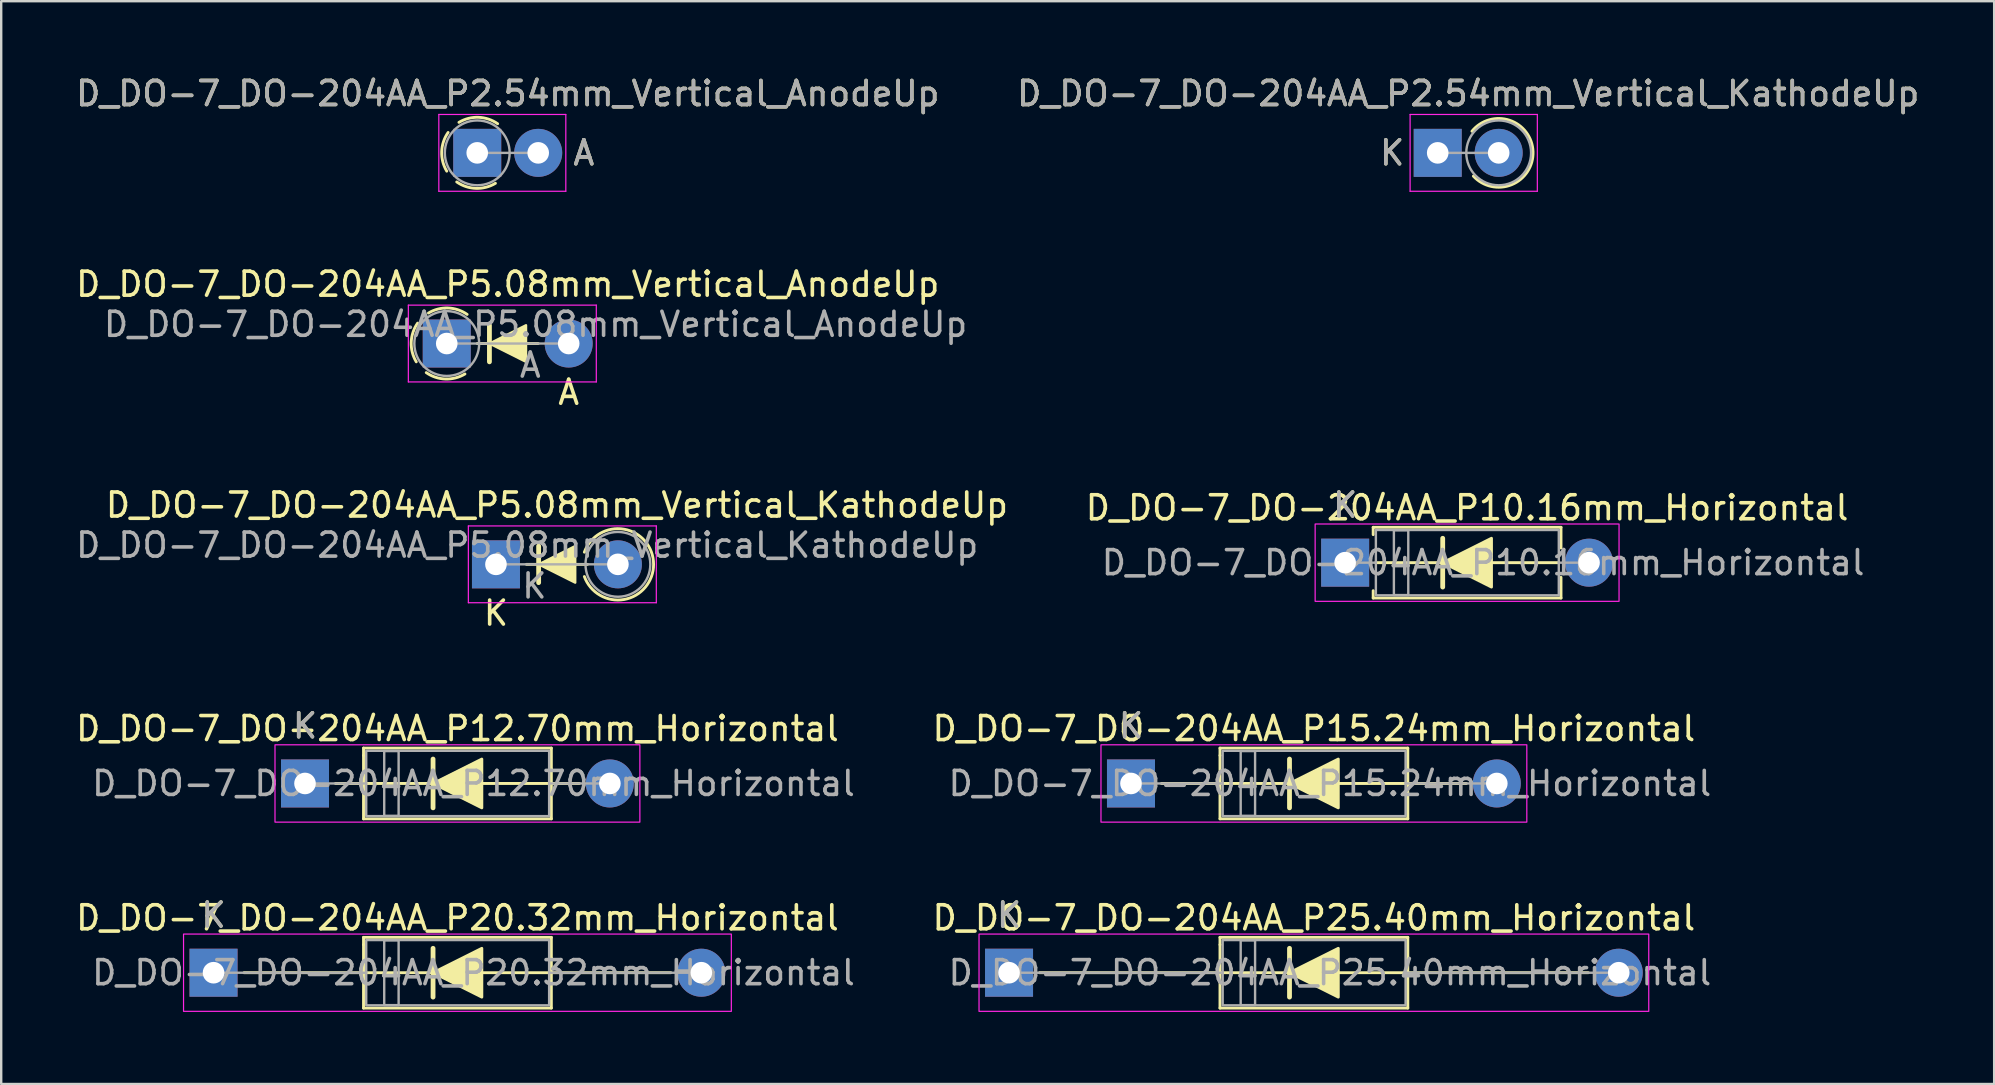
<source format=kicad_pcb>
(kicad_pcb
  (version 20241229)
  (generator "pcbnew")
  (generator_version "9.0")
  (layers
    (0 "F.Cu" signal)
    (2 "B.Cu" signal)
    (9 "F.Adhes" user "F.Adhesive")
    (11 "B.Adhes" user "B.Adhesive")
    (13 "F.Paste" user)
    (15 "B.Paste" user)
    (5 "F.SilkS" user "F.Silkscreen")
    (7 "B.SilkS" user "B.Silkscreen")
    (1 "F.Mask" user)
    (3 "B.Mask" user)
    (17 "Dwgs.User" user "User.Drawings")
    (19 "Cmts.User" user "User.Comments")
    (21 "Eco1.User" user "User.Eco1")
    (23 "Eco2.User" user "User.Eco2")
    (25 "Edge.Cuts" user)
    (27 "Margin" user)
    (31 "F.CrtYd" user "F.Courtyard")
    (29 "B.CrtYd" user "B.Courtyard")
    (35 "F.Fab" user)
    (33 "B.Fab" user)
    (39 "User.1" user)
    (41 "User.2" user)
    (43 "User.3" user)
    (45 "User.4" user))
  (footprint "D_DO-7_DO-204AA_P12.70mm_Horizontal"
    (layer "F.Cu")
    (at 9.656 29.588)
    (property "Reference" "D_DO-7_DO-204AA_P12.70mm_Horizontal" (at 6.35 -2.286 0) (layer "F.SilkS") (effects (font (size 1 1) (thickness 0.15))))
    (fp_line (start 1.27 0) (end 11.43 0) (stroke (width 0.12) (type default)) (layer "F.SilkS"))
    (fp_line (start 2.438 -1.473) (end 2.438 -1.168) (stroke (width 0.12) (type default)) (layer "F.SilkS"))
    (fp_line (start 2.438 -1.473) (end 10.262 -1.473) (stroke (width 0.12) (type default)) (layer "F.SilkS"))
    (fp_line (start 2.438 -1.168) (end 2.438 1.473) (stroke (width 0.12) (type default)) (layer "F.SilkS"))
    (fp_line (start 2.438 1.473) (end 10.262 1.473) (stroke (width 0.12) (type default)) (layer "F.SilkS"))
    (fp_line (start 5.334 -1.016) (end 5.334 1.016) (stroke (width 0.2) (type default)) (layer "F.SilkS"))
    (fp_line (start 10.262 -1.473) (end 10.262 -0.61) (stroke (width 0.12) (type default)) (layer "F.SilkS"))
    (fp_line (start 10.262 -0.61) (end 10.262 1.473) (stroke (width 0.12) (type default)) (layer "F.SilkS"))
    (fp_poly (pts (xy 7.366 1.016) (xy 5.334 0) (xy 7.366 -1.016)) (stroke (width 0.12) (type solid)) (fill yes) (layer "F.SilkS"))
    (fp_rect (start -1.25 -1.61) (end 13.95 1.61) (stroke (width 0.05) (type default)) (fill no) (layer "F.CrtYd"))
    (fp_line (start 0 0) (end 2.55 0) (stroke (width 0.1) (type solid)) (layer "F.Fab"))
    (fp_line (start 12.7 0) (end 10.17 0) (stroke (width 0.1) (type solid)) (layer "F.Fab"))
    (fp_rect (start 2.55 -1.36) (end 10.17 1.36) (stroke (width 0.1) (type default)) (fill no) (layer "F.Fab"))
    (fp_rect (start 3.3 -1.35) (end 3.9 1.35) (stroke (width 0.1) (type solid)) (fill no) (layer "F.Fab"))
    (fp_text user "K" (at 0 -2.4 0) (layer "F.SilkS") (effects (font (size 1 1) (thickness 0.15))))
    (fp_text user "K" (at 0 -2.4 0) (layer "F.Fab") (effects (font (size 1 1) (thickness 0.15))))
    (fp_text user "${REFERENCE}" (at 7.018 0 0) (layer "F.Fab") (effects (font (size 1 1) (thickness 0.15))))
    (pad "1" thru_hole rect (at 0 0) (size 2 2) (drill 0.9) (layers "*.Cu" "*.Mask"))
    (pad "2" thru_hole oval (at 12.7 0) (size 2 2) (drill 0.9) (layers "*.Cu" "*.Mask")))
  (footprint "D_DO-7_DO-204AA_P25.40mm_Horizontal"
    (layer "F.Cu")
    (at 38.985 37.472)
    (property "Reference" "D_DO-7_DO-204AA_P25.40mm_Horizontal" (at 12.7 -2.286 0) (layer "F.SilkS") (effects (font (size 1 1) (thickness 0.15))))
    (fp_line (start 1.27 0) (end 24.13 0) (stroke (width 0.12) (type default)) (layer "F.SilkS"))
    (fp_line (start 8.788 -1.473) (end 8.788 -1.168) (stroke (width 0.12) (type default)) (layer "F.SilkS"))
    (fp_line (start 8.788 -1.473) (end 16.612 -1.473) (stroke (width 0.12) (type default)) (layer "F.SilkS"))
    (fp_line (start 8.788 -1.168) (end 8.788 1.473) (stroke (width 0.12) (type default)) (layer "F.SilkS"))
    (fp_line (start 8.788 1.473) (end 16.612 1.473) (stroke (width 0.12) (type default)) (layer "F.SilkS"))
    (fp_line (start 11.684 -1.016) (end 11.684 1.016) (stroke (width 0.2) (type default)) (layer "F.SilkS"))
    (fp_line (start 16.612 -1.473) (end 16.612 -0.61) (stroke (width 0.12) (type default)) (layer "F.SilkS"))
    (fp_line (start 16.612 -0.61) (end 16.612 1.473) (stroke (width 0.12) (type default)) (layer "F.SilkS"))
    (fp_poly (pts (xy 13.716 1.016) (xy 11.684 0) (xy 13.716 -1.016)) (stroke (width 0.12) (type solid)) (fill yes) (layer "F.SilkS"))
    (fp_rect (start -1.25 -1.61) (end 26.65 1.61) (stroke (width 0.05) (type default)) (fill no) (layer "F.CrtYd"))
    (fp_line (start 0 0) (end 8.9 0) (stroke (width 0.1) (type solid)) (layer "F.Fab"))
    (fp_line (start 25.4 0) (end 16.52 0) (stroke (width 0.1) (type solid)) (layer "F.Fab"))
    (fp_rect (start 8.9 -1.36) (end 16.52 1.36) (stroke (width 0.1) (type default)) (fill no) (layer "F.Fab"))
    (fp_rect (start 9.65 -1.35) (end 10.25 1.35) (stroke (width 0.1) (type solid)) (fill no) (layer "F.Fab"))
    (fp_text user "K" (at 0 -2.4 0) (layer "F.SilkS") (effects (font (size 1 1) (thickness 0.15))))
    (fp_text user "${REFERENCE}" (at 13.367 0 0) (layer "F.Fab") (effects (font (size 1 1) (thickness 0.15))))
    (fp_text user "K" (at 0 -2.4 0) (layer "F.Fab") (effects (font (size 1 1) (thickness 0.15))))
    (pad "1" thru_hole rect (at 0 0) (size 2 2) (drill 0.9) (layers "*.Cu" "*.Mask"))
    (pad "2" thru_hole oval (at 25.4 0) (size 2 2) (drill 0.9) (layers "*.Cu" "*.Mask")))
  (footprint "D_DO-7_DO-204AA_P5.08mm_Vertical_KathodeUp"
    (layer "F.Cu")
    (at 17.611 20.46)
    (property "Reference" "D_DO-7_DO-204AA_P5.08mm_Vertical_KathodeUp" (at 2.54 -2.47 0) (layer "F.SilkS") (effects (font (size 1 1) (thickness 0.15))))
    (attr through_hole)
    (fp_line (start 1.27 0) (end 3.81 0) (stroke (width 0.12) (type solid)) (layer "F.SilkS"))
    (fp_line (start 1.778 -0.762) (end 1.778 0.762) (stroke (width 0.2) (type solid)) (layer "F.SilkS"))
    (fp_arc (start 3.683 -0.507999) (mid 6.566495 0.000001) (end 3.683 0.508) (stroke (width 0.12) (type solid)) (layer "F.SilkS"))
    (fp_poly (pts (xy 3.302 0.762) (xy 1.778 0) (xy 3.302 -0.762)) (stroke (width 0.1) (type solid)) (fill yes) (layer "F.SilkS"))
    (fp_line (start -1.15 -1.6) (end -1.15 1.6) (stroke (width 0.05) (type solid)) (layer "F.CrtYd"))
    (fp_line (start -1.15 1.6) (end 6.68 1.6) (stroke (width 0.05) (type solid)) (layer "F.CrtYd"))
    (fp_line (start 6.68 -1.6) (end -1.15 -1.6) (stroke (width 0.05) (type solid)) (layer "F.CrtYd"))
    (fp_line (start 6.68 1.6) (end 6.68 -1.6) (stroke (width 0.05) (type solid)) (layer "F.CrtYd"))
    (fp_line (start 0 0) (end 5.08 0) (stroke (width 0.1) (type solid)) (layer "F.Fab"))
    (fp_circle (center 5.08 0) (end 6.43 0) (stroke (width 0.1) (type solid)) (fill no) (layer "F.Fab"))
    (fp_text user "K" (at 0 2.032 0) (layer "F.SilkS") (effects (font (size 1 1) (thickness 0.15))))
    (fp_text user "K" (at 1.6 0.9 0) (layer "F.Fab") (effects (font (size 1 1) (thickness 0.15))))
    (fp_text user "${REFERENCE}" (at 1.3 -0.8 0) (layer "F.Fab") (effects (font (size 1 1) (thickness 0.15))))
    (pad "1" thru_hole rect (at 0 0) (size 2 2) (drill 0.9) (layers "*.Cu" "*.Mask"))
    (pad "2" thru_hole oval (at 5.08 0) (size 2 2) (drill 0.9) (layers "*.Cu" "*.Mask")))
  (footprint "D_DO-7_DO-204AA_P2.54mm_Vertical_KathodeUp"
    (layer "F.Cu")
    (at 56.843 3.318)
    (property "Reference" "D_DO-7_DO-204AA_P2.54mm_Vertical_KathodeUp" (at 1.27 -2.47 0) (layer "F.SilkS") (effects (font (size 1 1) (thickness 0.15))))
    (attr through_hole)
    (fp_arc (start 1.426761 -0.9) (mid 3.970816 -0.045469) (end 1.48615 0.968866) (stroke (width 0.12) (type solid)) (layer "F.SilkS"))
    (fp_line (start -1.15 -1.6) (end -1.15 1.6) (stroke (width 0.05) (type solid)) (layer "F.CrtYd"))
    (fp_line (start -1.15 1.6) (end 4.15 1.6) (stroke (width 0.05) (type solid)) (layer "F.CrtYd"))
    (fp_line (start 4.15 -1.6) (end -1.15 -1.6) (stroke (width 0.05) (type solid)) (layer "F.CrtYd"))
    (fp_line (start 4.15 1.6) (end 4.15 -1.6) (stroke (width 0.05) (type solid)) (layer "F.CrtYd"))
    (fp_line (start 0 0) (end 2.54 0) (stroke (width 0.1) (type solid)) (layer "F.Fab"))
    (fp_circle (center 2.54 0) (end 3.89 0) (stroke (width 0.1) (type solid)) (fill no) (layer "F.Fab"))
    (fp_text user "K" (at -1.9 0 0) (layer "F.SilkS") (effects (font (size 1 1) (thickness 0.15))))
    (fp_text user "${REFERENCE}" (at 1.27 -2.47 0) (layer "F.Fab") (effects (font (size 1 1) (thickness 0.15))))
    (fp_text user "K" (at -1.9 0 0) (layer "F.Fab") (effects (font (size 1 1) (thickness 0.15))))
    (pad "1" thru_hole rect (at 0 0) (size 2 2) (drill 0.9) (layers "*.Cu" "*.Mask"))
    (pad "2" thru_hole oval (at 2.54 0) (size 2 2) (drill 0.9) (layers "*.Cu" "*.Mask")))
  (footprint "D_DO-7_DO-204AA_P5.08mm_Vertical_AnodeUp"
    (layer "F.Cu")
    (at 15.561 11.261)
    (property "Reference" "D_DO-7_DO-204AA_P5.08mm_Vertical_AnodeUp" (at 2.54 -2.47 0) (layer "F.SilkS") (effects (font (size 1 1) (thickness 0.15))))
    (attr through_hole)
    (fp_line (start 1.27 0) (end 3.81 0) (stroke (width 0.12) (type solid)) (layer "F.SilkS"))
    (fp_line (start 1.778 -0.762) (end 1.778 0.762) (stroke (width 0.2) (type solid)) (layer "F.SilkS"))
    (fp_arc (start -1.269999 0.762) (mid -1.480146 -0.052053) (end -1.213332 -0.849333) (stroke (width 0.12) (type default)) (layer "F.SilkS"))
    (fp_arc (start -0.762 -1.269999) (mid 0.052053 -1.480146) (end 0.849333 -1.213332) (stroke (width 0.12) (type default)) (layer "F.SilkS"))
    (fp_arc (start 0.757413 1.267904) (mid -0.05664 1.478051) (end -0.85392 1.211237) (stroke (width 0.12) (type default)) (layer "F.SilkS"))
    (fp_poly (pts (xy 3.302 0.762) (xy 1.778 0) (xy 3.302 -0.762)) (stroke (width 0.1) (type solid)) (fill yes) (layer "F.SilkS"))
    (fp_line (start -1.6 -1.6) (end -1.6 1.6) (stroke (width 0.05) (type solid)) (layer "F.CrtYd"))
    (fp_line (start -1.6 1.6) (end 6.23 1.6) (stroke (width 0.05) (type solid)) (layer "F.CrtYd"))
    (fp_line (start 6.23 -1.6) (end -1.6 -1.6) (stroke (width 0.05) (type solid)) (layer "F.CrtYd"))
    (fp_line (start 6.23 1.6) (end 6.23 -1.6) (stroke (width 0.05) (type solid)) (layer "F.CrtYd"))
    (fp_line (start 0 0) (end 5.08 0) (stroke (width 0.1) (type solid)) (layer "F.Fab"))
    (fp_circle (center 0 0) (end 1.35 0) (stroke (width 0.1) (type solid)) (fill no) (layer "F.Fab"))
    (fp_text user "A" (at 5.08 2.032 0) (layer "F.SilkS") (effects (font (size 1 1) (thickness 0.15))))
    (fp_text user "A" (at 3.48 0.9 0) (layer "F.Fab") (effects (font (size 1 1) (thickness 0.15))))
    (fp_text user "${REFERENCE}" (at 3.7 -0.8 0) (layer "F.Fab") (effects (font (size 1 1) (thickness 0.15))))
    (pad "1" thru_hole rect (at 0 0) (size 2 2) (drill 0.9) (layers "*.Cu" "*.Mask"))
    (pad "2" thru_hole oval (at 5.08 0) (size 2 2) (drill 0.9) (layers "*.Cu" "*.Mask")))
  (footprint "D_DO-7_DO-204AA_P15.24mm_Horizontal"
    (layer "F.Cu")
    (at 44.065 29.588)
    (property "Reference" "D_DO-7_DO-204AA_P15.24mm_Horizontal" (at 7.62 -2.286 0) (layer "F.SilkS") (effects (font (size 1 1) (thickness 0.15))))
    (fp_line (start 1.27 0) (end 13.97 0) (stroke (width 0.12) (type default)) (layer "F.SilkS"))
    (fp_line (start 3.708 -1.473) (end 3.708 -1.168) (stroke (width 0.12) (type default)) (layer "F.SilkS"))
    (fp_line (start 3.708 -1.473) (end 11.532 -1.473) (stroke (width 0.12) (type default)) (layer "F.SilkS"))
    (fp_line (start 3.708 -1.168) (end 3.708 1.473) (stroke (width 0.12) (type default)) (layer "F.SilkS"))
    (fp_line (start 3.708 1.473) (end 11.532 1.473) (stroke (width 0.12) (type default)) (layer "F.SilkS"))
    (fp_line (start 6.604 -1.016) (end 6.604 1.016) (stroke (width 0.2) (type default)) (layer "F.SilkS"))
    (fp_line (start 11.532 -1.473) (end 11.532 -0.61) (stroke (width 0.12) (type default)) (layer "F.SilkS"))
    (fp_line (start 11.532 -0.61) (end 11.532 1.473) (stroke (width 0.12) (type default)) (layer "F.SilkS"))
    (fp_poly (pts (xy 8.636 1.016) (xy 6.604 0) (xy 8.636 -1.016)) (stroke (width 0.12) (type solid)) (fill yes) (layer "F.SilkS"))
    (fp_rect (start -1.25 -1.61) (end 16.49 1.61) (stroke (width 0.05) (type default)) (fill no) (layer "F.CrtYd"))
    (fp_line (start 0 0) (end 3.82 0) (stroke (width 0.1) (type solid)) (layer "F.Fab"))
    (fp_line (start 15.24 0) (end 11.44 0) (stroke (width 0.1) (type solid)) (layer "F.Fab"))
    (fp_rect (start 3.82 -1.36) (end 11.44 1.36) (stroke (width 0.1) (type default)) (fill no) (layer "F.Fab"))
    (fp_rect (start 4.57 -1.35) (end 5.17 1.35) (stroke (width 0.1) (type solid)) (fill no) (layer "F.Fab"))
    (fp_text user "K" (at 0 -2.4 0) (layer "F.SilkS") (effects (font (size 1 1) (thickness 0.15))))
    (fp_text user "K" (at 0 -2.4 0) (layer "F.Fab") (effects (font (size 1 1) (thickness 0.15))))
    (fp_text user "${REFERENCE}" (at 8.287 0 0) (layer "F.Fab") (effects (font (size 1 1) (thickness 0.15))))
    (pad "1" thru_hole rect (at 0 0) (size 2 2) (drill 0.9) (layers "*.Cu" "*.Mask"))
    (pad "2" thru_hole oval (at 15.24 0) (size 2 2) (drill 0.9) (layers "*.Cu" "*.Mask")))
  (footprint "D_DO-7_DO-204AA_P20.32mm_Horizontal"
    (layer "F.Cu")
    (at 5.846 37.472)
    (property "Reference" "D_DO-7_DO-204AA_P20.32mm_Horizontal" (at 10.16 -2.286 0) (layer "F.SilkS") (effects (font (size 1 1) (thickness 0.15))))
    (fp_line (start 1.27 0) (end 19.05 0) (stroke (width 0.12) (type default)) (layer "F.SilkS"))
    (fp_line (start 6.248 -1.473) (end 6.248 -1.168) (stroke (width 0.12) (type default)) (layer "F.SilkS"))
    (fp_line (start 6.248 -1.473) (end 14.072 -1.473) (stroke (width 0.12) (type default)) (layer "F.SilkS"))
    (fp_line (start 6.248 -1.168) (end 6.248 1.473) (stroke (width 0.12) (type default)) (layer "F.SilkS"))
    (fp_line (start 6.248 1.473) (end 14.072 1.473) (stroke (width 0.12) (type default)) (layer "F.SilkS"))
    (fp_line (start 9.144 -1.016) (end 9.144 1.016) (stroke (width 0.2) (type default)) (layer "F.SilkS"))
    (fp_line (start 14.072 -1.473) (end 14.072 -0.61) (stroke (width 0.12) (type default)) (layer "F.SilkS"))
    (fp_line (start 14.072 -0.61) (end 14.072 1.473) (stroke (width 0.12) (type default)) (layer "F.SilkS"))
    (fp_poly (pts (xy 11.176 1.016) (xy 9.144 0) (xy 11.176 -1.016)) (stroke (width 0.12) (type solid)) (fill yes) (layer "F.SilkS"))
    (fp_rect (start -1.25 -1.61) (end 21.57 1.61) (stroke (width 0.05) (type default)) (fill no) (layer "F.CrtYd"))
    (fp_line (start 0 0) (end 6.36 0) (stroke (width 0.1) (type solid)) (layer "F.Fab"))
    (fp_line (start 20.32 0) (end 13.98 0) (stroke (width 0.1) (type solid)) (layer "F.Fab"))
    (fp_rect (start 6.36 -1.36) (end 13.98 1.36) (stroke (width 0.1) (type default)) (fill no) (layer "F.Fab"))
    (fp_rect (start 7.11 -1.35) (end 7.71 1.35) (stroke (width 0.1) (type solid)) (fill no) (layer "F.Fab"))
    (fp_text user "K" (at 0 -2.4 0) (layer "F.SilkS") (effects (font (size 1 1) (thickness 0.15))))
    (fp_text user "K" (at 0 -2.4 0) (layer "F.Fab") (effects (font (size 1 1) (thickness 0.15))))
    (fp_text user "${REFERENCE}" (at 10.828 0 0) (layer "F.Fab") (effects (font (size 1 1) (thickness 0.15))))
    (pad "1" thru_hole rect (at 0 0) (size 2 2) (drill 0.9) (layers "*.Cu" "*.Mask"))
    (pad "2" thru_hole oval (at 20.32 0) (size 2 2) (drill 0.9) (layers "*.Cu" "*.Mask")))
  (footprint "D_DO-7_DO-204AA_P10.16mm_Horizontal"
    (layer "F.Cu")
    (at 52.987 20.39)
    (property "Reference" "D_DO-7_DO-204AA_P10.16mm_Horizontal" (at 5.08 -2.286 0) (layer "F.SilkS") (effects (font (size 1 1) (thickness 0.15))))
    (fp_line (start 1.168 -1.473) (end 1.168 -1.168) (stroke (width 0.12) (type default)) (layer "F.SilkS"))
    (fp_line (start 1.168 -1.473) (end 8.992 -1.473) (stroke (width 0.12) (type default)) (layer "F.SilkS"))
    (fp_line (start 1.168 1.168) (end 1.168 1.473) (stroke (width 0.12) (type default)) (layer "F.SilkS"))
    (fp_line (start 1.168 1.473) (end 8.992 1.473) (stroke (width 0.12) (type default)) (layer "F.SilkS"))
    (fp_line (start 1.27 0) (end 8.89 0) (stroke (width 0.12) (type default)) (layer "F.SilkS"))
    (fp_line (start 4.064 -1.016) (end 4.064 1.016) (stroke (width 0.2) (type default)) (layer "F.SilkS"))
    (fp_line (start 8.992 -1.473) (end 8.992 -0.61) (stroke (width 0.12) (type default)) (layer "F.SilkS"))
    (fp_line (start 8.992 0.61) (end 8.992 1.473) (stroke (width 0.12) (type default)) (layer "F.SilkS"))
    (fp_poly (pts (xy 6.096 1.016) (xy 4.064 0) (xy 6.096 -1.016)) (stroke (width 0.12) (type solid)) (fill yes) (layer "F.SilkS"))
    (fp_rect (start -1.25 -1.61) (end 11.41 1.61) (stroke (width 0.05) (type default)) (fill no) (layer "F.CrtYd"))
    (fp_line (start 0 0) (end 1.28 0) (stroke (width 0.1) (type solid)) (layer "F.Fab"))
    (fp_line (start 10.16 0) (end 8.9 0) (stroke (width 0.1) (type solid)) (layer "F.Fab"))
    (fp_rect (start 1.28 -1.36) (end 8.9 1.36) (stroke (width 0.1) (type default)) (fill no) (layer "F.Fab"))
    (fp_rect (start 2.03 -1.35) (end 2.63 1.35) (stroke (width 0.1) (type solid)) (fill no) (layer "F.Fab"))
    (fp_text user "K" (at 0 -2.4 0) (layer "F.SilkS") (effects (font (size 1 1) (thickness 0.15))))
    (fp_text user "${REFERENCE}" (at 5.747 0 0) (layer "F.Fab") (effects (font (size 1 1) (thickness 0.15))))
    (fp_text user "K" (at 0 -2.4 0) (layer "F.Fab") (effects (font (size 1 1) (thickness 0.15))))
    (pad "1" thru_hole rect (at 0 0) (size 2 2) (drill 0.9) (layers "*.Cu" "*.Mask"))
    (pad "2" thru_hole oval (at 10.16 0) (size 2 2) (drill 0.9) (layers "*.Cu" "*.Mask")))
  (footprint "D_DO-7_DO-204AA_P2.54mm_Vertical_AnodeUp"
    (layer "F.Cu")
    (at 16.831 3.318)
    (property "Reference" "D_DO-7_DO-204AA_P2.54mm_Vertical_AnodeUp" (at 1.27 -2.47 0) (layer "F.SilkS") (effects (font (size 1 1) (thickness 0.15))))
    (attr through_hole)
    (fp_arc (start -1.269999 0.762) (mid -1.480146 -0.052053) (end -1.213332 -0.849333) (stroke (width 0.12) (type default)) (layer "F.SilkS"))
    (fp_arc (start -0.762 -1.269999) (mid 0.052053 -1.480146) (end 0.849333 -1.213332) (stroke (width 0.12) (type default)) (layer "F.SilkS"))
    (fp_arc (start 0.757413 1.267904) (mid -0.05664 1.478051) (end -0.85392 1.211237) (stroke (width 0.12) (type default)) (layer "F.SilkS"))
    (fp_line (start -1.6 -1.6) (end -1.6 1.6) (stroke (width 0.05) (type solid)) (layer "F.CrtYd"))
    (fp_line (start -1.6 1.6) (end 3.69 1.6) (stroke (width 0.05) (type solid)) (layer "F.CrtYd"))
    (fp_line (start 3.69 -1.6) (end -1.6 -1.6) (stroke (width 0.05) (type solid)) (layer "F.CrtYd"))
    (fp_line (start 3.69 1.6) (end 3.69 -1.6) (stroke (width 0.05) (type solid)) (layer "F.CrtYd"))
    (fp_line (start 0 0) (end 2.54 0) (stroke (width 0.1) (type solid)) (layer "F.Fab"))
    (fp_circle (center 0 0) (end 1.35 0) (stroke (width 0.1) (type solid)) (fill no) (layer "F.Fab"))
    (fp_text user "A" (at 4.44 0 0) (layer "F.SilkS") (effects (font (size 1 1) (thickness 0.15))))
    (fp_text user "A" (at 4.44 0 0) (layer "F.Fab") (effects (font (size 1 1) (thickness 0.15))))
    (fp_text user "${REFERENCE}" (at 1.27 -2.47 0) (layer "F.Fab") (effects (font (size 1 1) (thickness 0.15))))
    (pad "1" thru_hole rect (at 0 0) (size 2 2) (drill 0.9) (layers "*.Cu" "*.Mask"))
    (pad "2" thru_hole oval (at 2.54 0) (size 2 2) (drill 0.9) (layers "*.Cu" "*.Mask")))
  (gr_rect
    (start -3 -3)
    (end 80.024 42.107)
    (stroke (width 0.1) (type default))
    (fill no)
    (layer "Edge.Cuts")))
</source>
